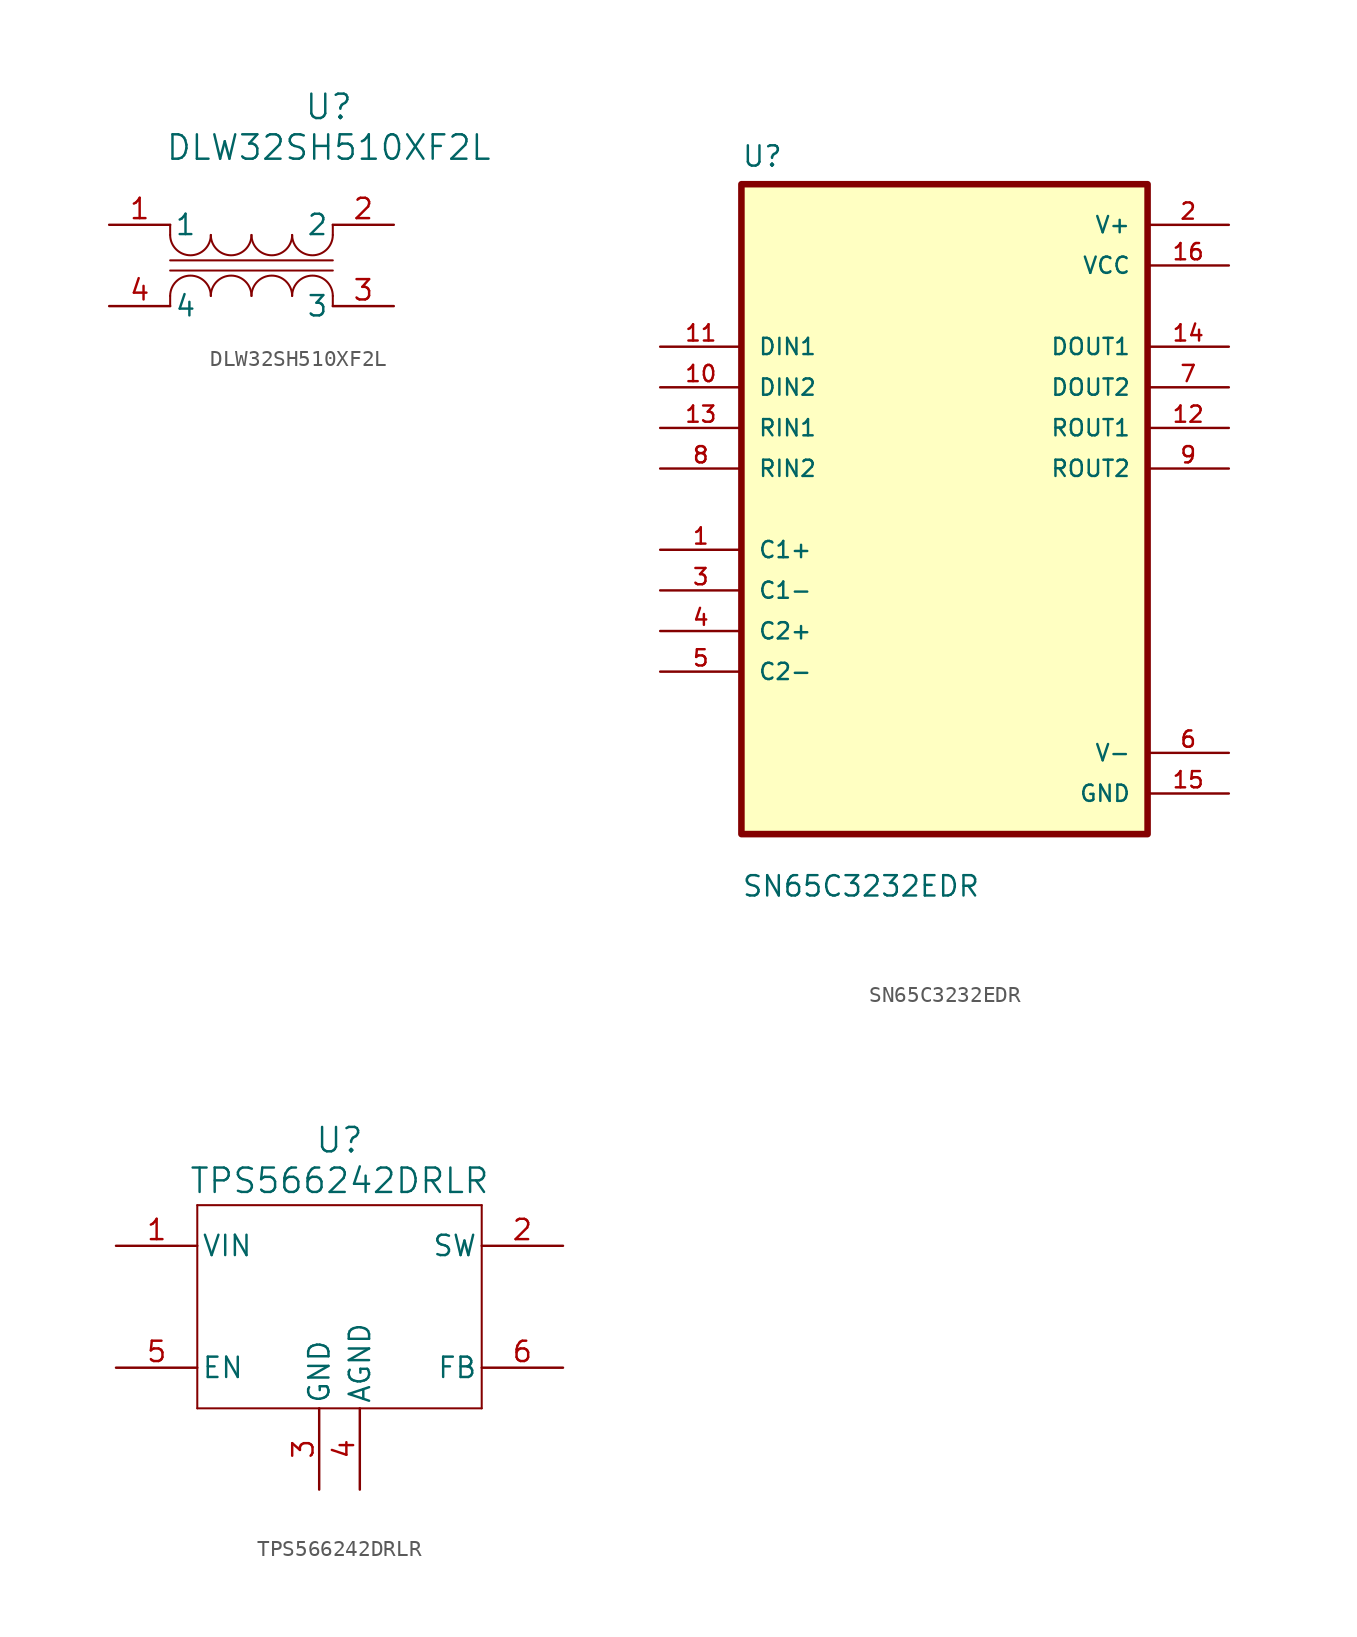
<source format=kicad_sym>
(kicad_symbol_lib
  (version 20231120)
  (generator "kicad_symbol_editor")
  (generator_version "8.0")
  (symbol "DLW32SH510XF2L"
    (pin_names
      (offset 0.254))
    (property "Reference" "U"
      (at 13.716 7.366 0)
      (effects (font (size 1.524 1.524))))
    (property "Value" "DLW32SH510XF2L"
      (at 13.716 4.826 0)
      (effects (font (size 1.524 1.524))))
    (property "ki_locked" ""
      (at 0 0 0)
      (effects (font (size 1.27 1.27))))
    (symbol "DLW32SH510XF2L_0_1"
      (polyline (pts (xy 3.81 -5.08) (xy 3.81 -4.445)) (stroke (width 0.127) (type default)) (fill (type none)))
      (polyline (pts (xy 3.81 -2.857) (xy 13.97 -2.857)) (stroke (width 0.127) (type default)) (fill (type none)))
      (polyline (pts (xy 3.81 -2.223) (xy 13.97 -2.223)) (stroke (width 0.127) (type default)) (fill (type none)))
      (polyline (pts (xy 3.81 -0.635) (xy 3.81 0)) (stroke (width 0.127) (type default)) (fill (type none)))
      (polyline (pts (xy 13.97 -5.08) (xy 13.97 -4.445)) (stroke (width 0.127) (type default)) (fill (type none)))
      (polyline (pts (xy 13.97 -0.635) (xy 13.97 0)) (stroke (width 0.127) (type default)) (fill (type none)))
      (arc (start 3.81 -0.635) (mid 5.08 -1.8994) (end 6.35 -0.635) (stroke (width 0.127) (type default)) (fill (type none)))
      (arc (start 6.35 -4.445) (mid 5.08 -3.1805) (end 3.81 -4.445) (stroke (width 0.127) (type default)) (fill (type none)))
      (arc (start 6.35 -0.635) (mid 7.62 -1.8994) (end 8.89 -0.635) (stroke (width 0.127) (type default)) (fill (type none)))
      (arc (start 8.89 -4.445) (mid 7.62 -3.1805) (end 6.35 -4.445) (stroke (width 0.127) (type default)) (fill (type none)))
      (arc (start 8.89 -0.635) (mid 10.16 -1.8994) (end 11.43 -0.635) (stroke (width 0.127) (type default)) (fill (type none)))
      (arc (start 11.43 -4.445) (mid 10.16 -3.1805) (end 8.89 -4.445) (stroke (width 0.127) (type default)) (fill (type none)))
      (arc (start 11.43 -0.635) (mid 12.7 -1.8994) (end 13.97 -0.635) (stroke (width 0.127) (type default)) (fill (type none)))
      (arc (start 13.97 -4.445) (mid 12.7 -3.1805) (end 11.43 -4.445) (stroke (width 0.127) (type default)) (fill (type none)))
      (pin unspecified line (at 17.78 0 180) (length 3.81) (name "2" (effects (font (size 1.27 1.27)))) (number "2" (effects (font (size 1.27 1.27)))))
      (pin unspecified line (at 17.78 -5.08 180) (length 3.81) (name "3" (effects (font (size 1.27 1.27)))) (number "3" (effects (font (size 1.27 1.27)))))
      (pin unspecified line (at 0 -5.08 0) (length 3.81) (name "4" (effects (font (size 1.27 1.27)))) (number "4" (effects (font (size 1.27 1.27))))))
    (symbol "DLW32SH510XF2L_1_1"
      (pin unspecified line (at 0 0 0) (length 3.81) (name "1" (effects (font (size 1.27 1.27)))) (number "1" (effects (font (size 1.27 1.27)))))))
  (symbol "SN65C3232EDR"
    (pin_names
      (offset 1.016))
    (property "Reference" "U"
      (at -12.7 21.32 0)
      (effects (font (size 1.27 1.27)) (justify left bottom)))
    (property "Value" "SN65C3232EDR"
      (at -12.7 -24.32 0)
      (effects (font (size 1.27 1.27)) (justify left bottom)))
    (symbol "SN65C3232EDR_0_0"
      (rectangle (start -12.7 -20.32) (end 12.7 20.32) (stroke (width 0.41) (type default)) (fill (type background)))
      (pin bidirectional line (at -17.78 -2.54 0) (length 5.08) (name "C1+" (effects (font (size 1.016 1.016)))) (number "1" (effects (font (size 1.016 1.016)))))
      (pin input line (at -17.78 7.62 0) (length 5.08) (name "DIN2" (effects (font (size 1.016 1.016)))) (number "10" (effects (font (size 1.016 1.016)))))
      (pin input line (at -17.78 10.16 0) (length 5.08) (name "DIN1" (effects (font (size 1.016 1.016)))) (number "11" (effects (font (size 1.016 1.016)))))
      (pin output line (at 17.78 5.08 180) (length 5.08) (name "ROUT1" (effects (font (size 1.016 1.016)))) (number "12" (effects (font (size 1.016 1.016)))))
      (pin input line (at -17.78 5.08 0) (length 5.08) (name "RIN1" (effects (font (size 1.016 1.016)))) (number "13" (effects (font (size 1.016 1.016)))))
      (pin output line (at 17.78 10.16 180) (length 5.08) (name "DOUT1" (effects (font (size 1.016 1.016)))) (number "14" (effects (font (size 1.016 1.016)))))
      (pin power_in line (at 17.78 -17.78 180) (length 5.08) (name "GND" (effects (font (size 1.016 1.016)))) (number "15" (effects (font (size 1.016 1.016)))))
      (pin power_in line (at 17.78 15.24 180) (length 5.08) (name "VCC" (effects (font (size 1.016 1.016)))) (number "16" (effects (font (size 1.016 1.016)))))
      (pin power_in line (at 17.78 17.78 180) (length 5.08) (name "V+" (effects (font (size 1.016 1.016)))) (number "2" (effects (font (size 1.016 1.016)))))
      (pin bidirectional line (at -17.78 -5.08 0) (length 5.08) (name "C1-" (effects (font (size 1.016 1.016)))) (number "3" (effects (font (size 1.016 1.016)))))
      (pin bidirectional line (at -17.78 -7.62 0) (length 5.08) (name "C2+" (effects (font (size 1.016 1.016)))) (number "4" (effects (font (size 1.016 1.016)))))
      (pin bidirectional line (at -17.78 -10.16 0) (length 5.08) (name "C2-" (effects (font (size 1.016 1.016)))) (number "5" (effects (font (size 1.016 1.016)))))
      (pin power_in line (at 17.78 -15.24 180) (length 5.08) (name "V-" (effects (font (size 1.016 1.016)))) (number "6" (effects (font (size 1.016 1.016)))))
      (pin output line (at 17.78 7.62 180) (length 5.08) (name "DOUT2" (effects (font (size 1.016 1.016)))) (number "7" (effects (font (size 1.016 1.016)))))
      (pin input line (at -17.78 2.54 0) (length 5.08) (name "RIN2" (effects (font (size 1.016 1.016)))) (number "8" (effects (font (size 1.016 1.016)))))
      (pin output line (at 17.78 2.54 180) (length 5.08) (name "ROUT2" (effects (font (size 1.016 1.016)))) (number "9" (effects (font (size 1.016 1.016)))))))
  (symbol "TPS566242DRLR"
    (pin_names
      (offset 0.254))
    (property "Reference" "U"
      (at 0 10.414 0)
      (effects (font (size 1.524 1.524))))
    (property "Value" "TPS566242DRLR"
      (at 0 7.874 0)
      (effects (font (size 1.524 1.524))))
    (property "ki_locked" ""
      (at 0 0 0)
      (effects (font (size 1.27 1.27))))
    (symbol "TPS566242DRLR_0_1"
      (polyline (pts (xy -8.89 -6.35) (xy 8.89 -6.35)) (stroke (width 0.127) (type default)) (fill (type none)))
      (polyline (pts (xy -8.89 6.35) (xy -8.89 -6.35)) (stroke (width 0.127) (type default)) (fill (type none)))
      (polyline (pts (xy 8.89 -6.35) (xy 8.89 6.35)) (stroke (width 0.127) (type default)) (fill (type none)))
      (polyline (pts (xy 8.89 6.35) (xy -8.89 6.35)) (stroke (width 0.127) (type default)) (fill (type none))))
    (symbol "TPS566242DRLR_1_1"
      (pin input line (at -13.97 3.81 0) (length 5.08) (name "VIN" (effects (font (size 1.27 1.27)))) (number "1" (effects (font (size 1.27 1.27)))))
      (pin output line (at 13.97 3.81 180) (length 5.08) (name "SW" (effects (font (size 1.27 1.27)))) (number "2" (effects (font (size 1.27 1.27)))))
      (pin power_out line (at -1.27 -11.43 90) (length 5.08) (name "GND" (effects (font (size 1.27 1.27)))) (number "3" (effects (font (size 1.27 1.27)))))
      (pin power_out line (at 1.27 -11.43 90) (length 5.08) (name "AGND" (effects (font (size 1.27 1.27)))) (number "4" (effects (font (size 1.27 1.27)))))
      (pin input line (at -13.97 -3.81 0) (length 5.08) (name "EN" (effects (font (size 1.27 1.27)))) (number "5" (effects (font (size 1.27 1.27)))))
      (pin input line (at 13.97 -3.81 180) (length 5.08) (name "FB" (effects (font (size 1.27 1.27)))) (number "6" (effects (font (size 1.27 1.27))))))))
</source>
